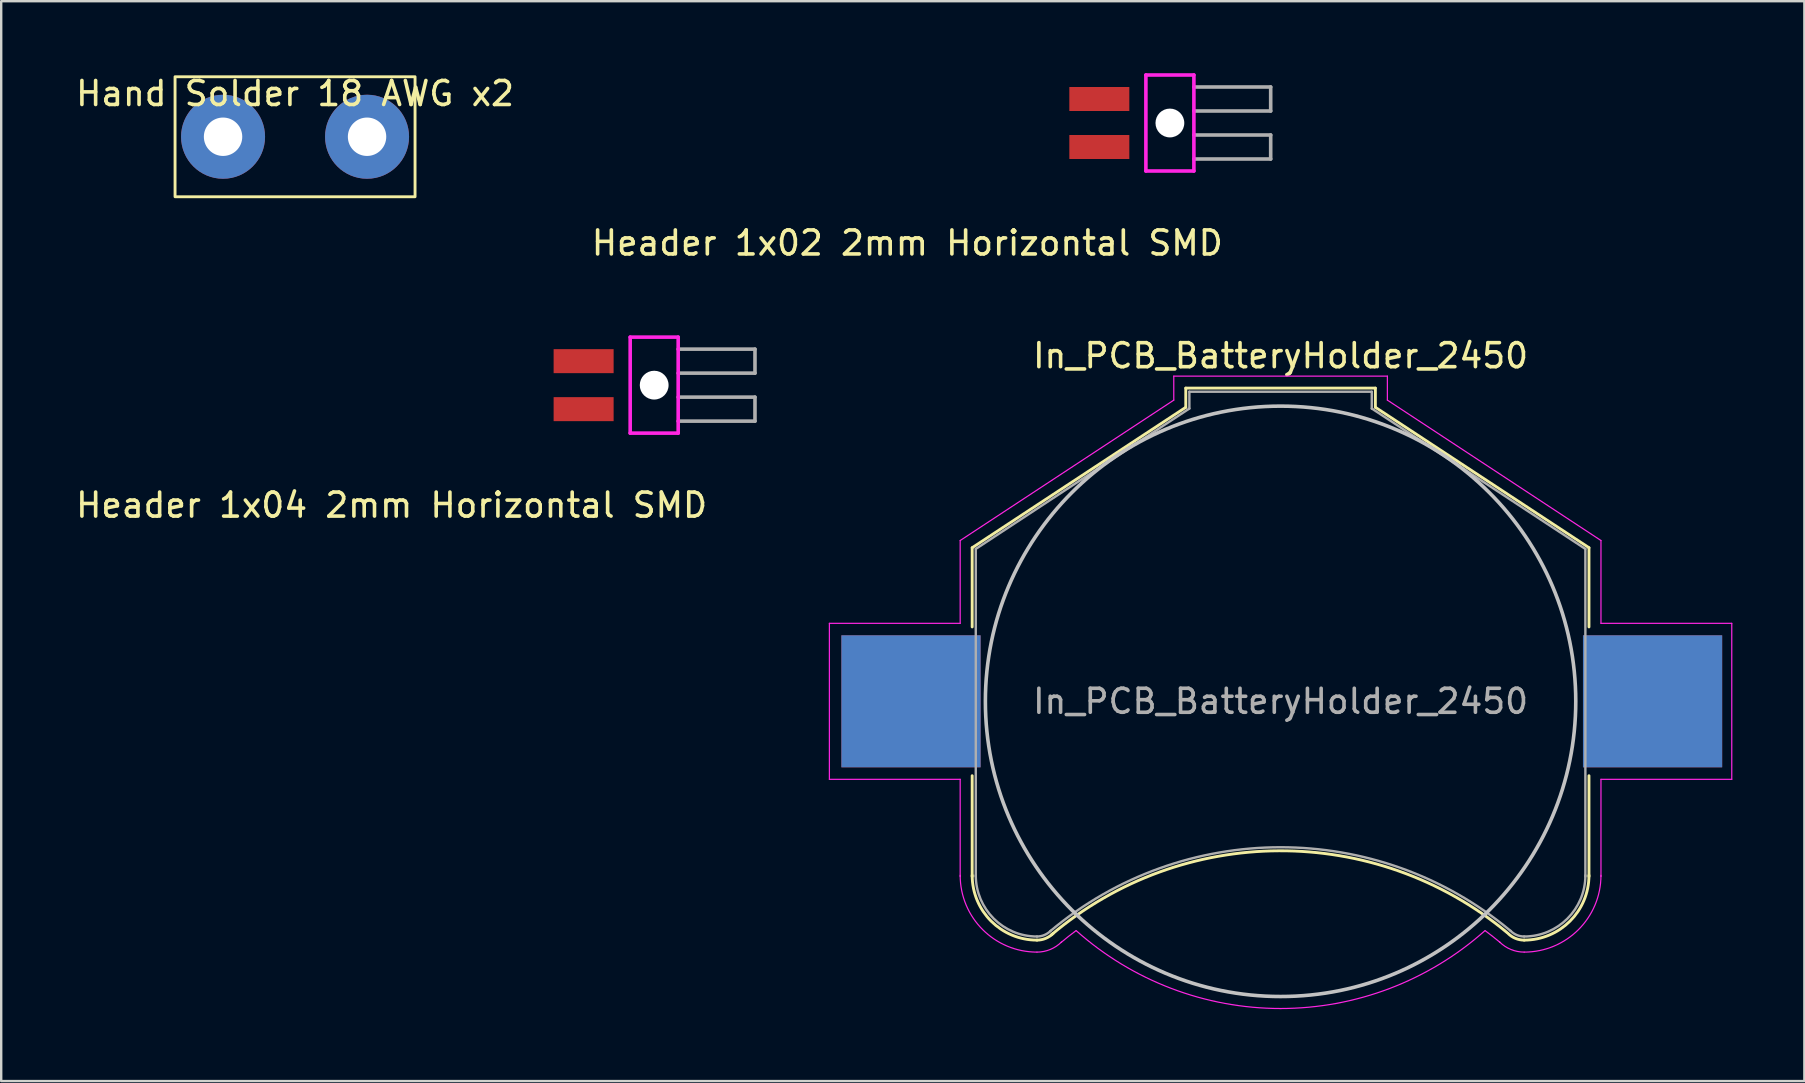
<source format=kicad_pcb>
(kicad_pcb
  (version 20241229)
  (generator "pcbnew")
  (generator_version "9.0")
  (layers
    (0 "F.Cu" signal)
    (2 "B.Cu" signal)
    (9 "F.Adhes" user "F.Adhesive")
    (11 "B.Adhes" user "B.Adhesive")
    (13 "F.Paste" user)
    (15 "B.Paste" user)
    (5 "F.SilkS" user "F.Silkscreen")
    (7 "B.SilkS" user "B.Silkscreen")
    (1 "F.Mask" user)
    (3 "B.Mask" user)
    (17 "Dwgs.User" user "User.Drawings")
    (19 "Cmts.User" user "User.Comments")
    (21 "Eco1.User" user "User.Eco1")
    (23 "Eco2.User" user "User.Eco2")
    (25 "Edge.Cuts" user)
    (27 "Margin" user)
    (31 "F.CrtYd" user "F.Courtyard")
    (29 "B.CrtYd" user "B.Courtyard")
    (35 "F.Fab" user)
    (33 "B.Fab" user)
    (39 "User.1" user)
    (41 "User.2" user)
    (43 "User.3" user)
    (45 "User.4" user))
  (footprint "In_PCB_BatteryHolder_2450"
    (layer "F.Cu")
    (at 50.308 26.172)
    (property "Reference" "In_PCB_BatteryHolder_2450" (at 0 -14.4 0) (layer "F.SilkS") (effects (font (size 1 1) (thickness 0.15))))
    (attr smd)
    (fp_line (start -12.85 -6.4) (end -12.85 -3.1) (stroke (width 0.12) (type solid)) (layer "F.SilkS"))
    (fp_line (start -12.85 3.1) (end -12.85 7.3) (stroke (width 0.12) (type solid)) (layer "F.SilkS"))
    (fp_line (start -3.95 -13.05) (end -3.95 -12.25) (stroke (width 0.12) (type solid)) (layer "F.SilkS"))
    (fp_line (start -3.95 -13.05) (end 3.95 -13.05) (stroke (width 0.12) (type solid)) (layer "F.SilkS"))
    (fp_line (start -3.95 -12.25) (end -12.85 -6.4) (stroke (width 0.12) (type solid)) (layer "F.SilkS"))
    (fp_line (start 3.95 -13.05) (end 3.95 -12.25) (stroke (width 0.12) (type solid)) (layer "F.SilkS"))
    (fp_line (start 3.95 -12.25) (end 12.85 -6.4) (stroke (width 0.12) (type solid)) (layer "F.SilkS"))
    (fp_line (start 12.85 -6.4) (end 12.85 -3.1) (stroke (width 0.12) (type solid)) (layer "F.SilkS"))
    (fp_line (start 12.85 3.1) (end 12.85 7.3) (stroke (width 0.12) (type solid)) (layer "F.SilkS"))
    (fp_arc (start -10.15 9.95) (mid -12.059188 9.159188) (end -12.85 7.25) (stroke (width 0.12) (type solid)) (layer "F.SilkS"))
    (fp_arc (start -9.55 9.73) (mid -0.071508 6.228057) (end 9.440443 9.638071) (stroke (width 0.12) (type solid)) (layer "F.SilkS"))
    (fp_arc (start -9.478249 9.671751) (mid -9.786451 9.877685) (end -10.15 9.95) (stroke (width 0.12) (type solid)) (layer "F.SilkS"))
    (fp_arc (start 10.15 9.95) (mid 9.786451 9.877686) (end 9.478249 9.671751) (stroke (width 0.12) (type solid)) (layer "F.SilkS"))
    (fp_arc (start 12.85 7.25) (mid 12.059188 9.159188) (end 10.15 9.95) (stroke (width 0.12) (type solid)) (layer "F.SilkS"))
    (fp_circle (center 0 0) (end 12.3 0) (stroke (width 0.15) (type solid)) (fill no) (layer "Dwgs.User"))
    (fp_line (start -18.8 -3.25) (end -18.8 3.25) (stroke (width 0.05) (type solid)) (layer "F.CrtYd"))
    (fp_line (start -18.8 3.25) (end -13.35 3.25) (stroke (width 0.05) (type solid)) (layer "F.CrtYd"))
    (fp_line (start -13.35 -6.7) (end -13.35 -3.25) (stroke (width 0.05) (type solid)) (layer "F.CrtYd"))
    (fp_line (start -13.35 -3.25) (end -18.8 -3.25) (stroke (width 0.05) (type solid)) (layer "F.CrtYd"))
    (fp_line (start -13.35 3.25) (end -13.35 7.3) (stroke (width 0.05) (type solid)) (layer "F.CrtYd"))
    (fp_line (start -4.45 -13.55) (end -4.45 -12.55) (stroke (width 0.05) (type solid)) (layer "F.CrtYd"))
    (fp_line (start -4.45 -13.55) (end 4.45 -13.55) (stroke (width 0.05) (type solid)) (layer "F.CrtYd"))
    (fp_line (start -4.45 -12.55) (end -13.35 -6.7) (stroke (width 0.05) (type solid)) (layer "F.CrtYd"))
    (fp_line (start 4.45 -13.55) (end 4.45 -12.55) (stroke (width 0.05) (type solid)) (layer "F.CrtYd"))
    (fp_line (start 4.45 -12.55) (end 13.35 -6.7) (stroke (width 0.05) (type solid)) (layer "F.CrtYd"))
    (fp_line (start 13.35 -6.7) (end 13.35 -3.25) (stroke (width 0.05) (type solid)) (layer "F.CrtYd"))
    (fp_line (start 13.35 -3.25) (end 18.8 -3.25) (stroke (width 0.05) (type solid)) (layer "F.CrtYd"))
    (fp_line (start 13.35 3.25) (end 13.35 7.3) (stroke (width 0.05) (type solid)) (layer "F.CrtYd"))
    (fp_line (start 18.8 -3.25) (end 18.8 3.25) (stroke (width 0.05) (type solid)) (layer "F.CrtYd"))
    (fp_line (start 18.8 3.25) (end 13.35 3.25) (stroke (width 0.05) (type solid)) (layer "F.CrtYd"))
    (fp_arc (start -10.15 10.45) (mid -12.412742 9.512742) (end -13.35 7.25) (stroke (width 0.05) (type solid)) (layer "F.CrtYd"))
    (fp_arc (start -9.15 10.05) (mid -8.840691 9.798786) (end -8.524488 9.556307) (stroke (width 0.05) (type solid)) (layer "F.CrtYd"))
    (fp_arc (start -9.124695 10.025305) (mid -9.595109 10.339626) (end -10.15 10.45) (stroke (width 0.05) (type solid)) (layer "F.CrtYd"))
    (fp_arc (start 0 12.8) (mid -4.55581 11.961797) (end -8.514949 9.556969) (stroke (width 0.05) (type solid)) (layer "F.CrtYd"))
    (fp_arc (start 8.514949 9.556969) (mid 4.55581 11.961798) (end 0 12.8) (stroke (width 0.05) (type solid)) (layer "F.CrtYd"))
    (fp_arc (start 8.524488 9.556307) (mid 8.840691 9.798786) (end 9.15 10.05) (stroke (width 0.05) (type solid)) (layer "F.CrtYd"))
    (fp_arc (start 10.15 10.45) (mid 9.595109 10.339625) (end 9.124695 10.025305) (stroke (width 0.05) (type solid)) (layer "F.CrtYd"))
    (fp_arc (start 13.35 7.25) (mid 12.412742 9.512742) (end 10.15 10.45) (stroke (width 0.05) (type solid)) (layer "F.CrtYd"))
    (fp_line (start -12.7 -6.35) (end -12.7 7.3) (stroke (width 0.1) (type solid)) (layer "F.Fab"))
    (fp_line (start -3.8 -12.9) (end -3.8 -12.2) (stroke (width 0.1) (type solid)) (layer "F.Fab"))
    (fp_line (start -3.8 -12.9) (end 3.8 -12.9) (stroke (width 0.1) (type solid)) (layer "F.Fab"))
    (fp_line (start -3.8 -12.2) (end -12.7 -6.35) (stroke (width 0.1) (type solid)) (layer "F.Fab"))
    (fp_line (start 3.8 -12.9) (end 3.8 -12.2) (stroke (width 0.1) (type solid)) (layer "F.Fab"))
    (fp_line (start 3.8 -12.2) (end 12.7 -6.35) (stroke (width 0.1) (type solid)) (layer "F.Fab"))
    (fp_line (start 12.7 -6.35) (end 12.7 7.3) (stroke (width 0.1) (type solid)) (layer "F.Fab"))
    (fp_arc (start -10.15 9.8) (mid -11.953122 9.053122) (end -12.7 7.25) (stroke (width 0.1) (type solid)) (layer "F.Fab"))
    (fp_arc (start -9.6 9.58) (mid -0.013392 6.081011) (end 9.579482 9.562783) (stroke (width 0.1) (type solid)) (layer "F.Fab"))
    (fp_arc (start -9.584315 9.565685) (mid -9.843853 9.739103) (end -10.15 9.8) (stroke (width 0.1) (type solid)) (layer "F.Fab"))
    (fp_arc (start 10.15 9.8) (mid 9.843853 9.739104) (end 9.584315 9.565685) (stroke (width 0.1) (type solid)) (layer "F.Fab"))
    (fp_arc (start 12.7 7.25) (mid 11.953122 9.053122) (end 10.15 9.8) (stroke (width 0.1) (type solid)) (layer "F.Fab"))
    (fp_text user "${REFERENCE}" (at 0 0 0) (layer "F.Fab") (effects (font (size 1 1) (thickness 0.15))))
    (pad "1" smd rect (at -15.4 0) (size 5.8 5.5) (layers "F.Cu" "F.Mask" "F.Paste"))
    (pad "1" smd rect (at 15.5 0) (size 5.8 5.5) (layers "F.Cu" "F.Mask" "F.Paste"))
    (pad "2" smd rect (at -15.4 0) (size 5.8 5.5) (layers "B.Cu" "B.Mask" "B.Paste"))
    (pad "2" smd rect (at 15.5 0) (size 5.8 5.5) (layers "B.Cu" "B.Mask" "B.Paste")))
  (footprint "Header 1x04 2mm Horizontal SMD"
    (layer "F.Cu")
    (at 21.268 12.998)
    (property "Reference" "Header 1x04 2mm Horizontal SMD" (at -8 5 0) (layer "F.SilkS") (effects (font (size 1 1) (thickness 0.15))))
    (attr through_hole)
    (fp_line (start 1.94 -2) (end 3.94 -2) (stroke (width 0.15) (type solid)) (layer "F.CrtYd"))
    (fp_line (start 1.94 2) (end 1.94 -2) (stroke (width 0.15) (type solid)) (layer "F.CrtYd"))
    (fp_line (start 1.94 2) (end 3.94 2) (stroke (width 0.15) (type solid)) (layer "F.CrtYd"))
    (fp_line (start 3.94 -2) (end 3.94 2) (stroke (width 0.15) (type solid)) (layer "F.CrtYd"))
    (fp_line (start 3.94 -1.5) (end 7.14 -1.5) (stroke (width 0.15) (type solid)) (layer "F.Fab"))
    (fp_line (start 3.94 0.5) (end 7.14 0.5) (stroke (width 0.15) (type solid)) (layer "F.Fab"))
    (fp_line (start 7.14 -1.5) (end 7.14 -0.5) (stroke (width 0.15) (type solid)) (layer "F.Fab"))
    (fp_line (start 7.14 -0.5) (end 3.94 -0.5) (stroke (width 0.15) (type solid)) (layer "F.Fab"))
    (fp_line (start 7.14 0.5) (end 7.14 1.5) (stroke (width 0.15) (type solid)) (layer "F.Fab"))
    (fp_line (start 7.14 1.5) (end 3.94 1.5) (stroke (width 0.15) (type solid)) (layer "F.Fab"))
    (pad "" np_thru_hole circle (at 2.94 0) (size 1.2 1.2) (drill 1.2) (layers "*.Cu" "*.Mask"))
    (pad "1" smd rect (at 0 -1) (size 2.5 1) (layers "F.Cu" "F.Mask" "F.Paste"))
    (pad "2" smd rect (at 0 1) (size 2.5 1) (layers "F.Cu" "F.Mask" "F.Paste")))
  (footprint "Hand Solder 18 AWG x2"
    (layer "F.Cu")
    (at 9.244 2.648)
    (property "Reference" "Hand Solder 18 AWG x2" (at 0 -1.8 0) (unlocked yes) (layer "F.SilkS") (effects (font (size 1 1) (thickness 0.15))))
    (attr through_hole)
    (fp_rect (start -5 -2.5) (end 5 2.5) (stroke (width 0.12) (type solid)) (fill no) (layer "F.SilkS"))
    (pad "1" thru_hole circle (at -3 0) (size 3.5 3.5) (drill 1.6) (layers "*.Cu" "*.Mask"))
    (pad "2" thru_hole circle (at 3 0) (size 3.5 3.5) (drill 1.6) (layers "*.Cu" "*.Mask")))
  (footprint "Header 1x02 2mm Horizontal SMD"
    (layer "F.Cu")
    (at 42.756 2.075)
    (property "Reference" "Header 1x02 2mm Horizontal SMD" (at -8 5 0) (layer "F.SilkS") (effects (font (size 1 1) (thickness 0.15))))
    (attr through_hole)
    (fp_line (start 1.94 -2) (end 3.94 -2) (stroke (width 0.15) (type solid)) (layer "F.CrtYd"))
    (fp_line (start 1.94 2) (end 1.94 -2) (stroke (width 0.15) (type solid)) (layer "F.CrtYd"))
    (fp_line (start 1.94 2) (end 3.94 2) (stroke (width 0.15) (type solid)) (layer "F.CrtYd"))
    (fp_line (start 3.94 -2) (end 3.94 2) (stroke (width 0.15) (type solid)) (layer "F.CrtYd"))
    (fp_line (start 3.94 -1.5) (end 7.14 -1.5) (stroke (width 0.15) (type solid)) (layer "F.Fab"))
    (fp_line (start 3.94 0.5) (end 7.14 0.5) (stroke (width 0.15) (type solid)) (layer "F.Fab"))
    (fp_line (start 7.14 -1.5) (end 7.14 -0.5) (stroke (width 0.15) (type solid)) (layer "F.Fab"))
    (fp_line (start 7.14 -0.5) (end 3.94 -0.5) (stroke (width 0.15) (type solid)) (layer "F.Fab"))
    (fp_line (start 7.14 0.5) (end 7.14 1.5) (stroke (width 0.15) (type solid)) (layer "F.Fab"))
    (fp_line (start 7.14 1.5) (end 3.94 1.5) (stroke (width 0.15) (type solid)) (layer "F.Fab"))
    (pad "" np_thru_hole circle (at 2.94 0) (size 1.2 1.2) (drill 1.2) (layers "*.Cu" "*.Mask"))
    (pad "1" smd rect (at 0 -1) (size 2.5 1) (layers "F.Cu" "F.Mask" "F.Paste"))
    (pad "2" smd rect (at 0 1) (size 2.5 1) (layers "F.Cu" "F.Mask" "F.Paste")))
  (gr_rect
    (start -3 -3)
    (end 72.133 41.996)
    (stroke (width 0.1) (type default))
    (fill no)
    (layer "Edge.Cuts")))
</source>
